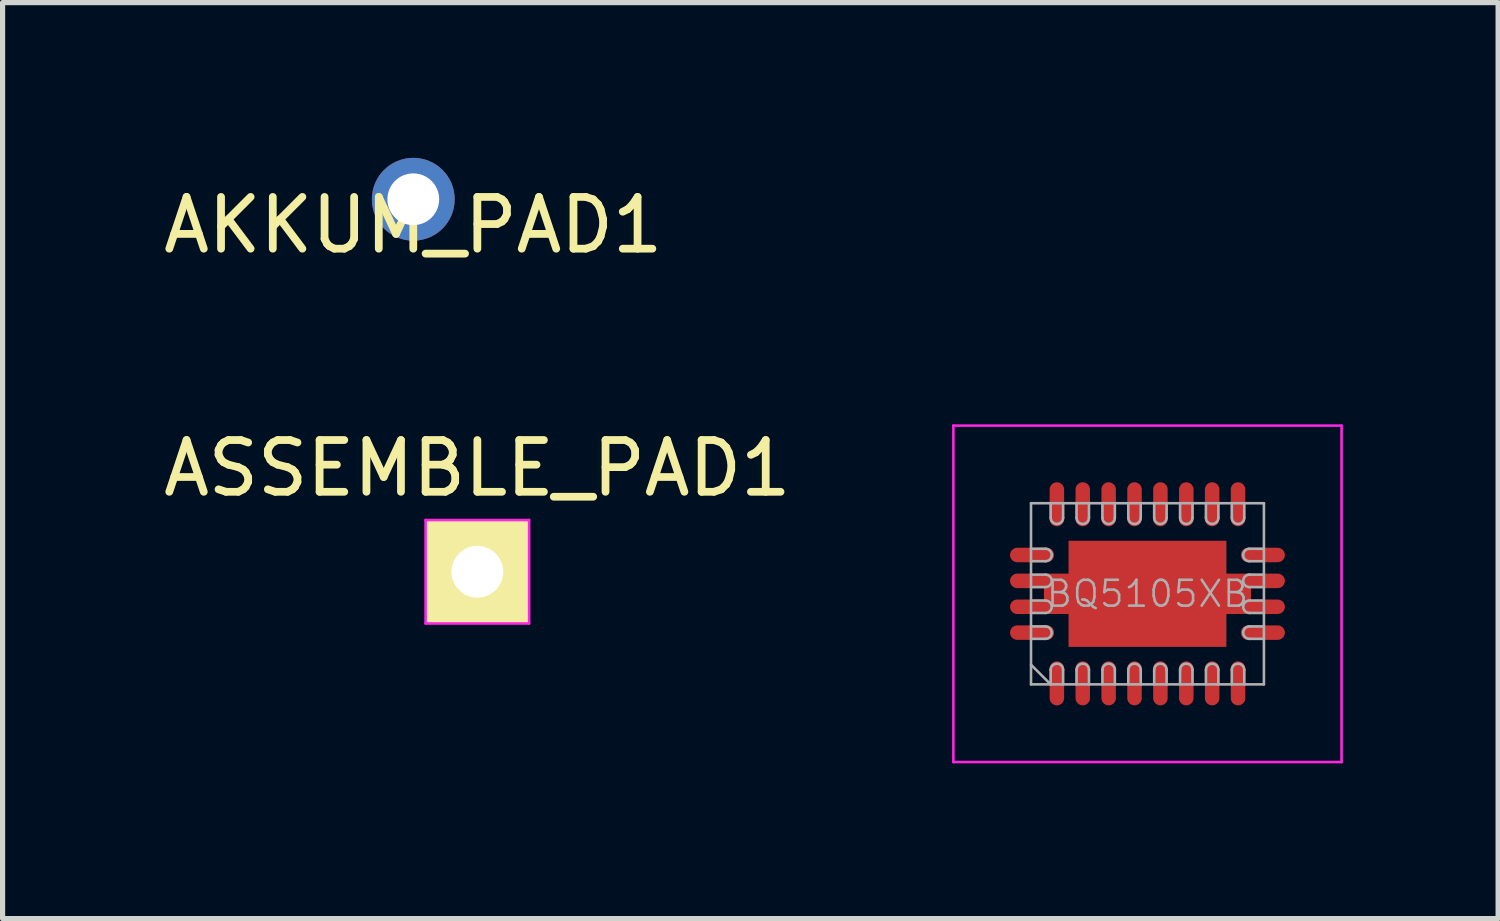
<source format=kicad_pcb>
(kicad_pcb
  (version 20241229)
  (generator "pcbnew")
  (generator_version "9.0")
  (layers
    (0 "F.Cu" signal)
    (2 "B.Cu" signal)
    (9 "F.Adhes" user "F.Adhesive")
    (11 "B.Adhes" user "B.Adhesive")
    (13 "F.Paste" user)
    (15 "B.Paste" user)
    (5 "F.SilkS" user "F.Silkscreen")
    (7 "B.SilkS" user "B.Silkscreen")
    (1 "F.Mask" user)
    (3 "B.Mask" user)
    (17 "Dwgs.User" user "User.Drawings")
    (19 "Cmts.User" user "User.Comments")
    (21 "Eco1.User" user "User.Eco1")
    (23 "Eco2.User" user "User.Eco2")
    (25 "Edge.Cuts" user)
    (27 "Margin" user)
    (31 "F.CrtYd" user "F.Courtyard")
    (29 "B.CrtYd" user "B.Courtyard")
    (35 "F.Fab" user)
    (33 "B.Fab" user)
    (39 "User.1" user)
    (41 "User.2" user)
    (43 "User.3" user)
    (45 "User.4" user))
  (footprint "BQ5105XB"
    (layer "F.Cu")
    (at 19.12 8.423)
    (property "Reference" "BQ5105XB" (at 0 0 0) (layer "F.Fab") (effects (font (size 0.5 0.5) (thickness 0.05))))
    (attr through_hole)
    (fp_line (start -3.75 -3.25) (end -3.75 3.25) (stroke (width 0.05) (type solid)) (layer "F.CrtYd"))
    (fp_line (start -3.75 -3.25) (end 3.75 -3.25) (stroke (width 0.05) (type solid)) (layer "F.CrtYd"))
    (fp_line (start -3.75 3.25) (end 3.75 3.25) (stroke (width 0.05) (type solid)) (layer "F.CrtYd"))
    (fp_line (start 3.75 -3.25) (end 3.75 3.25) (stroke (width 0.05) (type solid)) (layer "F.CrtYd"))
    (fp_line (start -2.25 -1.75) (end -2.25 1.75) (stroke (width 0.05) (type solid)) (layer "F.Fab"))
    (fp_line (start -2.25 -1.75) (end 2.25 -1.75) (stroke (width 0.05) (type solid)) (layer "F.Fab"))
    (fp_line (start -2.25 -0.87) (end -1.97 -0.87) (stroke (width 0.05) (type solid)) (layer "F.Fab"))
    (fp_line (start -2.25 -0.63) (end -1.97 -0.63) (stroke (width 0.05) (type solid)) (layer "F.Fab"))
    (fp_line (start -2.25 -0.37) (end -1.97 -0.37) (stroke (width 0.05) (type solid)) (layer "F.Fab"))
    (fp_line (start -2.25 -0.13) (end -1.97 -0.13) (stroke (width 0.05) (type solid)) (layer "F.Fab"))
    (fp_line (start -2.25 0.13) (end -1.97 0.13) (stroke (width 0.05) (type solid)) (layer "F.Fab"))
    (fp_line (start -2.25 0.37) (end -1.97 0.37) (stroke (width 0.05) (type solid)) (layer "F.Fab"))
    (fp_line (start -2.25 0.63) (end -1.97 0.63) (stroke (width 0.05) (type solid)) (layer "F.Fab"))
    (fp_line (start -2.25 0.87) (end -1.97 0.87) (stroke (width 0.05) (type solid)) (layer "F.Fab"))
    (fp_line (start -2.25 1.75) (end 2.25 1.75) (stroke (width 0.05) (type solid)) (layer "F.Fab"))
    (fp_line (start -1.87 -1.75) (end -1.87 -1.47) (stroke (width 0.05) (type solid)) (layer "F.Fab"))
    (fp_line (start -1.87 1.75) (end -2.25 1.37) (stroke (width 0.05) (type solid)) (layer "F.Fab"))
    (fp_line (start -1.87 1.75) (end -1.87 1.47) (stroke (width 0.05) (type solid)) (layer "F.Fab"))
    (fp_line (start -1.63 -1.75) (end -1.63 -1.47) (stroke (width 0.05) (type solid)) (layer "F.Fab"))
    (fp_line (start -1.63 1.75) (end -1.63 1.47) (stroke (width 0.05) (type solid)) (layer "F.Fab"))
    (fp_line (start -1.37 -1.75) (end -1.37 -1.47) (stroke (width 0.05) (type solid)) (layer "F.Fab"))
    (fp_line (start -1.37 1.75) (end -1.37 1.47) (stroke (width 0.05) (type solid)) (layer "F.Fab"))
    (fp_line (start -1.13 -1.75) (end -1.13 -1.47) (stroke (width 0.05) (type solid)) (layer "F.Fab"))
    (fp_line (start -1.13 1.75) (end -1.13 1.47) (stroke (width 0.05) (type solid)) (layer "F.Fab"))
    (fp_line (start -0.87 -1.75) (end -0.87 -1.47) (stroke (width 0.05) (type solid)) (layer "F.Fab"))
    (fp_line (start -0.87 1.75) (end -0.87 1.47) (stroke (width 0.05) (type solid)) (layer "F.Fab"))
    (fp_line (start -0.63 -1.75) (end -0.63 -1.47) (stroke (width 0.05) (type solid)) (layer "F.Fab"))
    (fp_line (start -0.63 1.75) (end -0.63 1.47) (stroke (width 0.05) (type solid)) (layer "F.Fab"))
    (fp_line (start -0.37 -1.75) (end -0.37 -1.47) (stroke (width 0.05) (type solid)) (layer "F.Fab"))
    (fp_line (start -0.37 1.75) (end -0.37 1.47) (stroke (width 0.05) (type solid)) (layer "F.Fab"))
    (fp_line (start -0.13 -1.75) (end -0.13 -1.47) (stroke (width 0.05) (type solid)) (layer "F.Fab"))
    (fp_line (start -0.13 1.75) (end -0.13 1.47) (stroke (width 0.05) (type solid)) (layer "F.Fab"))
    (fp_line (start 0.13 -1.75) (end 0.13 -1.47) (stroke (width 0.05) (type solid)) (layer "F.Fab"))
    (fp_line (start 0.13 1.75) (end 0.13 1.47) (stroke (width 0.05) (type solid)) (layer "F.Fab"))
    (fp_line (start 0.37 -1.75) (end 0.37 -1.47) (stroke (width 0.05) (type solid)) (layer "F.Fab"))
    (fp_line (start 0.37 1.75) (end 0.37 1.47) (stroke (width 0.05) (type solid)) (layer "F.Fab"))
    (fp_line (start 0.63 -1.75) (end 0.63 -1.47) (stroke (width 0.05) (type solid)) (layer "F.Fab"))
    (fp_line (start 0.63 1.75) (end 0.63 1.47) (stroke (width 0.05) (type solid)) (layer "F.Fab"))
    (fp_line (start 0.87 -1.75) (end 0.87 -1.47) (stroke (width 0.05) (type solid)) (layer "F.Fab"))
    (fp_line (start 0.87 1.75) (end 0.87 1.47) (stroke (width 0.05) (type solid)) (layer "F.Fab"))
    (fp_line (start 1.13 -1.75) (end 1.13 -1.47) (stroke (width 0.05) (type solid)) (layer "F.Fab"))
    (fp_line (start 1.13 1.75) (end 1.13 1.47) (stroke (width 0.05) (type solid)) (layer "F.Fab"))
    (fp_line (start 1.37 -1.75) (end 1.37 -1.47) (stroke (width 0.05) (type solid)) (layer "F.Fab"))
    (fp_line (start 1.37 1.75) (end 1.37 1.47) (stroke (width 0.05) (type solid)) (layer "F.Fab"))
    (fp_line (start 1.63 -1.75) (end 1.63 -1.47) (stroke (width 0.05) (type solid)) (layer "F.Fab"))
    (fp_line (start 1.63 1.75) (end 1.63 1.47) (stroke (width 0.05) (type solid)) (layer "F.Fab"))
    (fp_line (start 1.87 -1.75) (end 1.87 -1.47) (stroke (width 0.05) (type solid)) (layer "F.Fab"))
    (fp_line (start 1.87 1.75) (end 1.87 1.47) (stroke (width 0.05) (type solid)) (layer "F.Fab"))
    (fp_line (start 2.25 -1.75) (end 2.25 1.75) (stroke (width 0.05) (type solid)) (layer "F.Fab"))
    (fp_line (start 2.25 -0.87) (end 1.97 -0.87) (stroke (width 0.05) (type solid)) (layer "F.Fab"))
    (fp_line (start 2.25 -0.63) (end 1.97 -0.63) (stroke (width 0.05) (type solid)) (layer "F.Fab"))
    (fp_line (start 2.25 -0.37) (end 1.97 -0.37) (stroke (width 0.05) (type solid)) (layer "F.Fab"))
    (fp_line (start 2.25 -0.13) (end 1.97 -0.13) (stroke (width 0.05) (type solid)) (layer "F.Fab"))
    (fp_line (start 2.25 0.13) (end 1.97 0.13) (stroke (width 0.05) (type solid)) (layer "F.Fab"))
    (fp_line (start 2.25 0.37) (end 1.97 0.37) (stroke (width 0.05) (type solid)) (layer "F.Fab"))
    (fp_line (start 2.25 0.63) (end 1.97 0.63) (stroke (width 0.05) (type solid)) (layer "F.Fab"))
    (fp_line (start 2.25 0.87) (end 1.97 0.87) (stroke (width 0.05) (type solid)) (layer "F.Fab"))
    (fp_arc (start -1.97 -0.87) (mid -1.85 -0.75) (end -1.97 -0.63) (stroke (width 0.05) (type solid)) (layer "F.Fab"))
    (fp_arc (start -1.97 -0.37) (mid -1.85 -0.25) (end -1.97 -0.13) (stroke (width 0.05) (type solid)) (layer "F.Fab"))
    (fp_arc (start -1.97 0.13) (mid -1.85 0.25) (end -1.97 0.37) (stroke (width 0.05) (type solid)) (layer "F.Fab"))
    (fp_arc (start -1.97 0.63) (mid -1.85 0.75) (end -1.97 0.87) (stroke (width 0.05) (type solid)) (layer "F.Fab"))
    (fp_arc (start -1.87 1.47) (mid -1.75 1.35) (end -1.63 1.47) (stroke (width 0.05) (type solid)) (layer "F.Fab"))
    (fp_arc (start -1.63 -1.47) (mid -1.75 -1.35) (end -1.87 -1.47) (stroke (width 0.05) (type solid)) (layer "F.Fab"))
    (fp_arc (start -1.37 1.47) (mid -1.25 1.35) (end -1.13 1.47) (stroke (width 0.05) (type solid)) (layer "F.Fab"))
    (fp_arc (start -1.13 -1.47) (mid -1.25 -1.35) (end -1.37 -1.47) (stroke (width 0.05) (type solid)) (layer "F.Fab"))
    (fp_arc (start -0.87 1.47) (mid -0.75 1.35) (end -0.63 1.47) (stroke (width 0.05) (type solid)) (layer "F.Fab"))
    (fp_arc (start -0.63 -1.47) (mid -0.75 -1.35) (end -0.87 -1.47) (stroke (width 0.05) (type solid)) (layer "F.Fab"))
    (fp_arc (start -0.37 1.47) (mid -0.25 1.35) (end -0.13 1.47) (stroke (width 0.05) (type solid)) (layer "F.Fab"))
    (fp_arc (start -0.13 -1.47) (mid -0.25 -1.35) (end -0.37 -1.47) (stroke (width 0.05) (type solid)) (layer "F.Fab"))
    (fp_arc (start 0.13 1.47) (mid 0.25 1.35) (end 0.37 1.47) (stroke (width 0.05) (type solid)) (layer "F.Fab"))
    (fp_arc (start 0.37 -1.47) (mid 0.25 -1.35) (end 0.13 -1.47) (stroke (width 0.05) (type solid)) (layer "F.Fab"))
    (fp_arc (start 0.63 1.47) (mid 0.75 1.35) (end 0.87 1.47) (stroke (width 0.05) (type solid)) (layer "F.Fab"))
    (fp_arc (start 0.87 -1.47) (mid 0.75 -1.35) (end 0.63 -1.47) (stroke (width 0.05) (type solid)) (layer "F.Fab"))
    (fp_arc (start 1.13 1.47) (mid 1.25 1.35) (end 1.37 1.47) (stroke (width 0.05) (type solid)) (layer "F.Fab"))
    (fp_arc (start 1.37 -1.47) (mid 1.25 -1.35) (end 1.13 -1.47) (stroke (width 0.05) (type solid)) (layer "F.Fab"))
    (fp_arc (start 1.63 1.47) (mid 1.75 1.35) (end 1.87 1.47) (stroke (width 0.05) (type solid)) (layer "F.Fab"))
    (fp_arc (start 1.87 -1.47) (mid 1.75 -1.35) (end 1.63 -1.47) (stroke (width 0.05) (type solid)) (layer "F.Fab"))
    (fp_arc (start 1.97 -0.63) (mid 1.85 -0.75) (end 1.97 -0.87) (stroke (width 0.05) (type solid)) (layer "F.Fab"))
    (fp_arc (start 1.97 -0.13) (mid 1.85 -0.25) (end 1.97 -0.37) (stroke (width 0.05) (type solid)) (layer "F.Fab"))
    (fp_arc (start 1.97 0.37) (mid 1.85 0.25) (end 1.97 0.13) (stroke (width 0.05) (type solid)) (layer "F.Fab"))
    (fp_arc (start 1.97 0.87) (mid 1.85 0.75) (end 1.97 0.63) (stroke (width 0.05) (type solid)) (layer "F.Fab"))
    (pad "1" smd oval (at -2.23 0.75) (size 0.85 0.28) (layers "F.Cu" "F.Mask" "F.Paste"))
    (pad "2" smd oval (at -1.75 1.73 90) (size 0.85 0.28) (layers "F.Cu" "F.Mask" "F.Paste"))
    (pad "3" smd oval (at -1.25 1.73 90) (size 0.85 0.28) (layers "F.Cu" "F.Mask" "F.Paste"))
    (pad "4" smd oval (at -0.75 1.73 90) (size 0.85 0.28) (layers "F.Cu" "F.Mask" "F.Paste"))
    (pad "5" smd oval (at -0.25 1.73 90) (size 0.85 0.28) (layers "F.Cu" "F.Mask" "F.Paste"))
    (pad "6" smd oval (at 0.25 1.73 90) (size 0.85 0.28) (layers "F.Cu" "F.Mask" "F.Paste"))
    (pad "7" smd oval (at 0.75 1.73 90) (size 0.85 0.28) (layers "F.Cu" "F.Mask" "F.Paste"))
    (pad "8" smd oval (at 1.25 1.73 90) (size 0.85 0.28) (layers "F.Cu" "F.Mask" "F.Paste"))
    (pad "9" smd oval (at 1.75 1.73 90) (size 0.85 0.28) (layers "F.Cu" "F.Mask" "F.Paste"))
    (pad "10" smd oval (at 2.23 0.75) (size 0.85 0.28) (layers "F.Cu" "F.Mask" "F.Paste"))
    (pad "11" smd oval (at 2.23 -0.75) (size 0.85 0.28) (layers "F.Cu" "F.Mask" "F.Paste"))
    (pad "12" smd oval (at 1.75 -1.73 90) (size 0.85 0.28) (layers "F.Cu" "F.Mask" "F.Paste"))
    (pad "13" smd oval (at 1.25 -1.73 90) (size 0.85 0.28) (layers "F.Cu" "F.Mask" "F.Paste"))
    (pad "14" smd oval (at 0.75 -1.73 90) (size 0.85 0.28) (layers "F.Cu" "F.Mask" "F.Paste"))
    (pad "15" smd oval (at 0.25 -1.73 90) (size 0.85 0.28) (layers "F.Cu" "F.Mask" "F.Paste"))
    (pad "16" smd oval (at -0.25 -1.73 90) (size 0.85 0.28) (layers "F.Cu" "F.Mask" "F.Paste"))
    (pad "17" smd oval (at -0.75 -1.73 90) (size 0.85 0.28) (layers "F.Cu" "F.Mask" "F.Paste"))
    (pad "18" smd oval (at -1.25 -1.73 90) (size 0.85 0.28) (layers "F.Cu" "F.Mask" "F.Paste"))
    (pad "19" smd oval (at -1.75 -1.73 90) (size 0.85 0.28) (layers "F.Cu" "F.Mask" "F.Paste"))
    (pad "20" smd oval (at -2.23 -0.75) (size 0.85 0.28) (layers "F.Cu" "F.Mask" "F.Paste"))
    (pad "21" smd oval (at -2.23 -0.25) (size 0.85 0.28) (layers "F.Cu" "F.Mask" "F.Paste"))
    (pad "21" smd oval (at -2.23 0.25) (size 0.85 0.28) (layers "F.Cu" "F.Mask" "F.Paste"))
    (pad "21" smd rect (at -1.5 0) (size 1 0.78) (layers "F.Cu" "F.Mask"))
    (pad "21" smd rect (at -0.8 -0.55) (size 1.32 0.82) (layers "F.Cu" "F.Paste"))
    (pad "21" smd rect (at -0.8 0.55) (size 1.32 0.82) (layers "F.Cu" "F.Paste"))
    (pad "21" smd rect (at 0 0) (size 3.05 2.05) (layers "F.Cu" "F.Mask"))
    (pad "21" smd rect (at 0.8 -0.55) (size 1.32 0.82) (layers "F.Cu" "F.Paste"))
    (pad "21" smd rect (at 0.8 0.55) (size 1.32 0.82) (layers "F.Cu" "F.Paste"))
    (pad "21" smd rect (at 1.5 0) (size 1 0.78) (layers "F.Cu" "F.Mask"))
    (pad "21" smd oval (at 2.23 -0.25) (size 0.85 0.28) (layers "F.Cu" "F.Mask" "F.Paste"))
    (pad "21" smd oval (at 2.23 0.25) (size 0.85 0.28) (layers "F.Cu" "F.Mask" "F.Paste")))
  (footprint "AKKUM_PAD1"
    (layer "F.Cu")
    (at 4.935 0.8)
    (property "Reference" "AKKUM_PAD1" (at 0 0.5 0) (layer "F.SilkS") (effects (font (size 1 1) (thickness 0.15))))
    (attr through_hole)
    (pad "1" thru_hole circle (at 0 0) (size 1.6 1.6) (drill 1) (layers "*.Cu" "*.Mask")))
  (footprint "ASSEMBLE_PAD1"
    (layer "F.Cu")
    (at 6.173 7.997)
    (property "Reference" "ASSEMBLE_PAD1" (at 0 -2 0) (layer "F.SilkS") (effects (font (size 1 1) (thickness 0.15))))
    (attr exclude_from_pos_files exclude_from_bom)
    (fp_line (start -1 -1) (end 1 -1) (stroke (width 0.05) (type solid)) (layer "F.CrtYd"))
    (fp_line (start -1 1) (end -1 -1) (stroke (width 0.05) (type solid)) (layer "F.CrtYd"))
    (fp_line (start 1 -1) (end 1 1) (stroke (width 0.05) (type solid)) (layer "F.CrtYd"))
    (fp_line (start 1 1) (end -1 1) (stroke (width 0.05) (type solid)) (layer "F.CrtYd"))
    (pad "1" thru_hole rect (at 0 0) (size 2 2) (drill 1) (layers "*.Cu" "*.Mask" "F.SilkS")))
  (gr_rect
    (start -3 -3)
    (end 25.895 14.698)
    (stroke (width 0.1) (type default))
    (fill no)
    (layer "Edge.Cuts")))
</source>
